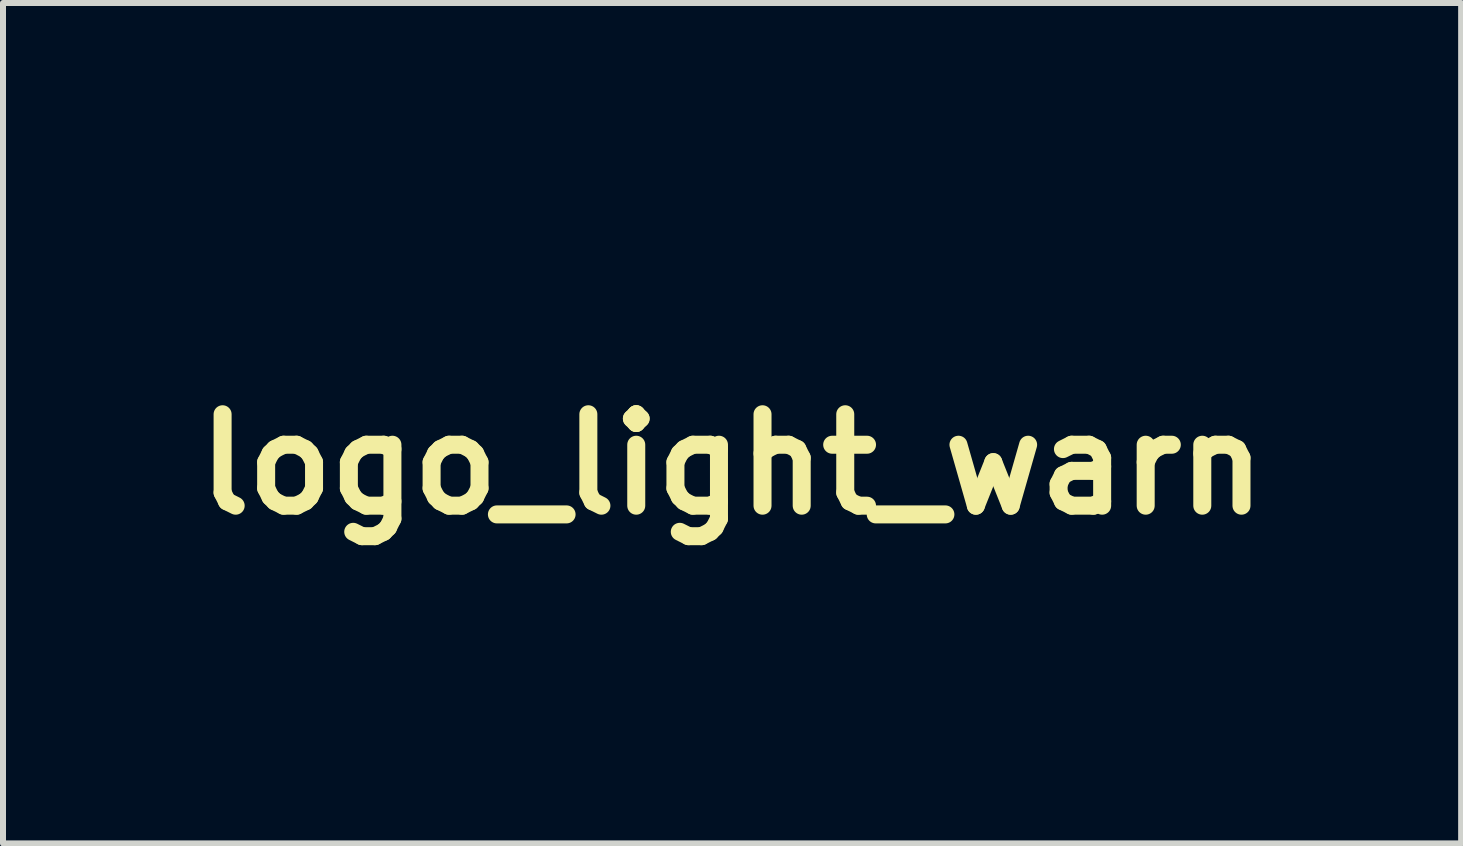
<source format=kicad_pcb>
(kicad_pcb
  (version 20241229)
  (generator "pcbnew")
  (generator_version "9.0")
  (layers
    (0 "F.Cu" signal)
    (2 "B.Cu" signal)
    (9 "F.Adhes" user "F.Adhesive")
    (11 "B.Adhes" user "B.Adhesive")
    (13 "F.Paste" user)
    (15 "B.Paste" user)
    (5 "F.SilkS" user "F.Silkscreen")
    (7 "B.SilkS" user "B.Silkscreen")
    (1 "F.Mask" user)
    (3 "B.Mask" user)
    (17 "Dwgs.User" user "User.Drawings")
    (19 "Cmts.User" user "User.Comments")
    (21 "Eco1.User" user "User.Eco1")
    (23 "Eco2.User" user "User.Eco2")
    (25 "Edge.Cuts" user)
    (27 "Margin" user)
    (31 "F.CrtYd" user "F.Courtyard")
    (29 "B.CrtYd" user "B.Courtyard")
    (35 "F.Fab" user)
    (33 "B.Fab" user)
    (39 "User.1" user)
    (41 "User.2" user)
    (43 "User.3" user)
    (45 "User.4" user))
  (footprint "logo_light_warn"
    (layer "F.Cu")
    (at 9.151 4.689)
    (property "Reference" "logo_light_warn" (at 0 0 0) (layer "F.SilkS") (effects (font (size 1.524 1.524) (thickness 0.3))))
    (attr through_hole)
    (fp_poly (pts (xy -0.086 0.273) (xy 0.013 0.301) (xy 0.109 0.35) (xy 0.142 0.375) (xy 0.179 0.409) (xy 0.215 0.447) (xy 0.245 0.483) (xy 0.263 0.511) (xy 0.267 0.523) (xy 0.272 0.541) (xy 0.284 0.572) (xy 0.294 0.594) (xy 0.315 0.657) (xy 0.326 0.728) (xy 0.327 0.795) (xy 0.32 0.838) (xy 0.285 0.937) (xy 0.244 1.015) (xy 0.194 1.08) (xy 0.174 1.099) (xy 0.122 1.145) (xy 0.076 1.177) (xy 0.029 1.198) (xy -0.026 1.209) (xy -0.096 1.215) (xy -0.133 1.216) (xy -0.219 1.216) (xy -0.281 1.211) (xy -0.321 1.201) (xy -0.411 1.156) (xy -0.49 1.093) (xy -0.555 1.016) (xy -0.602 0.929) (xy -0.629 0.837) (xy -0.631 0.815) (xy -0.63 0.708) (xy -0.609 0.605) (xy -0.568 0.511) (xy -0.511 0.429) (xy -0.44 0.364) (xy -0.396 0.337) (xy -0.287 0.292) (xy -0.185 0.27) (xy -0.086 0.273)) (stroke (width 0.01) (type solid)) (fill yes) (layer "F.Mask"))
    (fp_poly (pts (xy -0.138 -1.029) (xy -0.135 -1.01) (xy -0.125 -0.961) (xy -0.115 -0.911) (xy -0.114 -0.908) (xy -0.109 -0.878) (xy -0.102 -0.828) (xy -0.094 -0.765) (xy -0.086 -0.693) (xy -0.082 -0.654) (xy -0.074 -0.581) (xy -0.066 -0.514) (xy -0.059 -0.458) (xy -0.053 -0.419) (xy -0.05 -0.406) (xy -0.045 -0.377) (xy -0.037 -0.329) (xy -0.029 -0.268) (xy -0.021 -0.201) (xy -0.02 -0.191) (xy -0.011 -0.119) (xy -0.002 -0.048) (xy 0.007 0.013) (xy 0.014 0.058) (xy 0.014 0.06) (xy 0.028 0.139) (xy 0.088 0.073) (xy 0.14 0.015) (xy 0.202 -0.055) (xy 0.271 -0.134) (xy 0.341 -0.215) (xy 0.408 -0.293) (xy 0.467 -0.362) (xy 0.51 -0.413) (xy 0.553 -0.464) (xy 0.6 -0.519) (xy 0.649 -0.574) (xy 0.697 -0.628) (xy 0.74 -0.675) (xy 0.776 -0.713) (xy 0.802 -0.739) (xy 0.814 -0.749) (xy 0.815 -0.749) (xy 0.822 -0.748) (xy 0.824 -0.74) (xy 0.818 -0.723) (xy 0.805 -0.692) (xy 0.782 -0.642) (xy 0.776 -0.631) (xy 0.742 -0.56) (xy 0.707 -0.484) (xy 0.667 -0.399) (xy 0.622 -0.3) (xy 0.57 -0.185) (xy 0.521 -0.076) (xy 0.47 0.035) (xy 0.426 0.133) (xy 0.388 0.214) (xy 0.359 0.275) (xy 0.359 0.276) (xy 0.348 0.306) (xy 0.346 0.325) (xy 0.347 0.326) (xy 0.361 0.325) (xy 0.395 0.319) (xy 0.444 0.308) (xy 0.503 0.293) (xy 0.568 0.277) (xy 0.634 0.259) (xy 0.697 0.242) (xy 0.751 0.227) (xy 0.792 0.214) (xy 0.816 0.205) (xy 0.819 0.203) (xy 0.837 0.196) (xy 0.872 0.185) (xy 0.918 0.173) (xy 0.926 0.171) (xy 0.977 0.158) (xy 1.022 0.144) (xy 1.052 0.132) (xy 1.053 0.132) (xy 1.084 0.119) (xy 1.106 0.114) (xy 1.128 0.111) (xy 1.166 0.1) (xy 1.213 0.086) (xy 1.226 0.082) (xy 1.305 0.057) (xy 1.374 0.036) (xy 1.431 0.021) (xy 1.473 0.011) (xy 1.495 0.009) (xy 1.498 0.01) (xy 1.489 0.022) (xy 1.466 0.041) (xy 1.437 0.062) (xy 1.41 0.08) (xy 1.393 0.089) (xy 1.392 0.089) (xy 1.387 0.091) (xy 1.374 0.098) (xy 1.353 0.11) (xy 1.32 0.131) (xy 1.274 0.16) (xy 1.212 0.2) (xy 1.132 0.251) (xy 1.079 0.285) (xy 1.026 0.319) (xy 0.977 0.351) (xy 0.937 0.376) (xy 0.918 0.388) (xy 0.893 0.404) (xy 0.851 0.43) (xy 0.798 0.463) (xy 0.739 0.501) (xy 0.718 0.514) (xy 0.657 0.553) (xy 0.6 0.589) (xy 0.552 0.619) (xy 0.518 0.64) (xy 0.511 0.644) (xy 0.485 0.662) (xy 0.48 0.672) (xy 0.486 0.673) (xy 0.516 0.679) (xy 0.53 0.685) (xy 0.552 0.694) (xy 0.591 0.706) (xy 0.642 0.721) (xy 0.679 0.731) (xy 0.749 0.75) (xy 0.82 0.769) (xy 0.898 0.79) (xy 0.984 0.814) (xy 1.083 0.841) (xy 1.198 0.873) (xy 1.333 0.911) (xy 1.397 0.929) (xy 1.459 0.946) (xy 1.519 0.962) (xy 1.568 0.975) (xy 1.591 0.98) (xy 1.626 0.99) (xy 1.647 1) (xy 1.651 1.005) (xy 1.639 1.007) (xy 1.603 1.009) (xy 1.548 1.011) (xy 1.474 1.013) (xy 1.385 1.014) (xy 1.282 1.015) (xy 1.169 1.016) (xy 1.05 1.016) (xy 0.929 1.016) (xy 0.815 1.017) (xy 0.712 1.017) (xy 0.622 1.018) (xy 0.548 1.019) (xy 0.491 1.021) (xy 0.454 1.022) (xy 0.441 1.024) (xy 0.447 1.035) (xy 0.467 1.063) (xy 0.5 1.104) (xy 0.543 1.156) (xy 0.593 1.215) (xy 0.626 1.253) (xy 0.719 1.36) (xy 0.808 1.463) (xy 0.892 1.561) (xy 0.969 1.651) (xy 1.039 1.733) (xy 1.099 1.805) (xy 1.148 1.864) (xy 1.184 1.909) (xy 1.207 1.939) (xy 1.215 1.951) (xy 1.215 1.952) (xy 1.203 1.946) (xy 1.174 1.929) (xy 1.128 1.901) (xy 1.07 1.864) (xy 1.003 1.82) (xy 0.935 1.775) (xy 0.85 1.719) (xy 0.762 1.661) (xy 0.676 1.605) (xy 0.598 1.554) (xy 0.533 1.511) (xy 0.505 1.494) (xy 0.442 1.453) (xy 0.379 1.412) (xy 0.324 1.375) (xy 0.282 1.347) (xy 0.275 1.343) (xy 0.238 1.319) (xy 0.21 1.303) (xy 0.196 1.299) (xy 0.195 1.299) (xy 0.194 1.314) (xy 0.197 1.35) (xy 0.203 1.4) (xy 0.211 1.462) (xy 0.222 1.529) (xy 0.224 1.537) (xy 0.229 1.571) (xy 0.237 1.623) (xy 0.247 1.692) (xy 0.259 1.773) (xy 0.272 1.862) (xy 0.285 1.956) (xy 0.298 2.053) (xy 0.311 2.147) (xy 0.324 2.236) (xy 0.334 2.316) (xy 0.343 2.383) (xy 0.35 2.435) (xy 0.354 2.467) (xy 0.354 2.477) (xy 0.35 2.476) (xy 0.336 2.454) (xy 0.314 2.412) (xy 0.285 2.351) (xy 0.249 2.273) (xy 0.233 2.238) (xy 0.21 2.185) (xy 0.181 2.121) (xy 0.149 2.049) (xy 0.116 1.975) (xy 0.084 1.904) (xy 0.056 1.841) (xy 0.033 1.792) (xy 0.019 1.76) (xy 0.019 1.759) (xy 0.007 1.733) (xy -0.013 1.689) (xy -0.037 1.635) (xy -0.064 1.575) (xy -0.064 1.575) (xy -0.089 1.518) (xy -0.112 1.47) (xy -0.129 1.435) (xy -0.139 1.419) (xy -0.139 1.418) (xy -0.146 1.421) (xy -0.159 1.438) (xy -0.178 1.472) (xy -0.204 1.523) (xy -0.238 1.592) (xy -0.28 1.681) (xy -0.331 1.791) (xy -0.391 1.923) (xy -0.402 1.948) (xy -0.437 2.025) (xy -0.469 2.095) (xy -0.496 2.154) (xy -0.517 2.2) (xy -0.53 2.227) (xy -0.533 2.233) (xy -0.543 2.254) (xy -0.56 2.291) (xy -0.582 2.339) (xy -0.596 2.368) (xy -0.623 2.425) (xy -0.645 2.466) (xy -0.662 2.488) (xy -0.671 2.49) (xy -0.673 2.481) (xy -0.671 2.463) (xy -0.666 2.429) (xy -0.66 2.394) (xy -0.655 2.358) (xy -0.646 2.302) (xy -0.636 2.232) (xy -0.624 2.151) (xy -0.612 2.066) (xy -0.609 2.045) (xy -0.596 1.954) (xy -0.583 1.862) (xy -0.571 1.775) (xy -0.56 1.7) (xy -0.551 1.643) (xy -0.551 1.638) (xy -0.541 1.572) (xy -0.531 1.505) (xy -0.522 1.447) (xy -0.519 1.424) (xy -0.511 1.365) (xy -0.509 1.329) (xy -0.517 1.314) (xy -0.537 1.317) (xy -0.571 1.336) (xy -0.597 1.353) (xy -0.636 1.378) (xy -0.69 1.414) (xy -0.755 1.456) (xy -0.824 1.501) (xy -0.87 1.532) (xy -0.933 1.573) (xy -0.99 1.61) (xy -1.038 1.64) (xy -1.071 1.662) (xy -1.086 1.67) (xy -1.118 1.689) (xy -1.157 1.714) (xy -1.198 1.741) (xy -1.234 1.766) (xy -1.259 1.786) (xy -1.268 1.794) (xy -1.282 1.803) (xy -1.284 1.803) (xy -1.299 1.81) (xy -1.33 1.829) (xy -1.37 1.855) (xy -1.394 1.871) (xy -1.439 1.902) (xy -1.477 1.928) (xy -1.502 1.944) (xy -1.508 1.948) (xy -1.523 1.952) (xy -1.522 1.941) (xy -1.506 1.916) (xy -1.477 1.88) (xy -1.475 1.878) (xy -1.45 1.85) (xy -1.413 1.808) (xy -1.368 1.756) (xy -1.316 1.697) (xy -1.262 1.634) (xy -1.207 1.571) (xy -1.154 1.51) (xy -1.107 1.456) (xy -1.069 1.411) (xy -1.041 1.379) (xy -1.028 1.364) (xy -1.013 1.346) (xy -0.985 1.313) (xy -0.947 1.269) (xy -0.903 1.218) (xy -0.879 1.19) (xy -0.834 1.138) (xy -0.797 1.092) (xy -0.768 1.056) (xy -0.752 1.033) (xy -0.749 1.028) (xy -0.762 1.025) (xy -0.798 1.023) (xy -0.856 1.021) (xy -0.935 1.019) (xy -1.033 1.017) (xy -1.148 1.017) (xy -1.279 1.016) (xy -1.34 1.016) (xy -1.492 1.016) (xy -1.619 1.015) (xy -1.723 1.014) (xy -1.805 1.012) (xy -1.866 1.009) (xy -1.905 1.006) (xy -1.926 1.002) (xy -1.928 0.997) (xy -1.913 0.991) (xy -1.883 0.985) (xy -1.843 0.975) (xy -1.793 0.961) (xy -1.765 0.953) (xy -1.732 0.942) (xy -1.679 0.926) (xy -1.611 0.907) (xy -1.533 0.885) (xy -1.451 0.862) (xy -1.435 0.858) (xy -1.307 0.822) (xy -1.197 0.791) (xy -1.172 0.784) (xy -0.721 0.784) (xy -0.705 0.894) (xy -0.668 0.999) (xy -0.662 1.013) (xy -0.604 1.099) (xy -0.527 1.175) (xy -0.435 1.238) (xy -0.332 1.284) (xy -0.241 1.308) (xy -0.196 1.315) (xy -0.161 1.318) (xy -0.126 1.316) (xy -0.084 1.308) (xy -0.027 1.295) (xy -0.025 1.295) (xy 0.09 1.255) (xy 0.192 1.195) (xy 0.277 1.114) (xy 0.346 1.015) (xy 0.358 0.993) (xy 0.378 0.951) (xy 0.391 0.914) (xy 0.398 0.874) (xy 0.403 0.822) (xy 0.404 0.785) (xy 0.405 0.695) (xy 0.397 0.622) (xy 0.379 0.558) (xy 0.349 0.497) (xy 0.335 0.474) (xy 0.274 0.387) (xy 0.211 0.322) (xy 0.14 0.272) (xy 0.055 0.234) (xy 0.005 0.217) (xy -0.113 0.195) (xy -0.228 0.197) (xy -0.34 0.224) (xy -0.446 0.274) (xy -0.544 0.348) (xy -0.58 0.383) (xy -0.644 0.468) (xy -0.69 0.567) (xy -0.716 0.673) (xy -0.721 0.784) (xy -1.172 0.784) (xy -1.1 0.763) (xy -1.008 0.736) (xy -0.915 0.709) (xy -0.874 0.696) (xy -0.789 0.67) (xy -0.861 0.623) (xy -0.906 0.593) (xy -0.963 0.555) (xy -1.029 0.513) (xy -1.099 0.467) (xy -1.169 0.422) (xy -1.235 0.378) (xy -1.294 0.34) (xy -1.341 0.31) (xy -1.373 0.29) (xy -1.38 0.285) (xy -1.435 0.251) (xy -1.497 0.212) (xy -1.561 0.17) (xy -1.624 0.129) (xy -1.683 0.091) (xy -1.733 0.058) (xy -1.77 0.033) (xy -1.793 0.017) (xy -1.797 0.013) (xy -1.789 0.011) (xy -1.764 0.014) (xy -1.727 0.021) (xy -1.685 0.031) (xy -1.645 0.043) (xy -1.616 0.052) (xy -1.587 0.063) (xy -1.538 0.078) (xy -1.474 0.098) (xy -1.399 0.12) (xy -1.32 0.143) (xy -1.24 0.166) (xy -1.238 0.166) (xy -1.19 0.18) (xy -1.15 0.193) (xy -1.124 0.203) (xy -1.124 0.203) (xy -1.099 0.212) (xy -1.059 0.225) (xy -1.011 0.239) (xy -1.01 0.239) (xy -0.959 0.254) (xy -0.893 0.272) (xy -0.824 0.292) (xy -0.783 0.304) (xy -0.728 0.32) (xy -0.682 0.332) (xy -0.651 0.339) (xy -0.64 0.339) (xy -0.644 0.327) (xy -0.657 0.295) (xy -0.679 0.245) (xy -0.707 0.18) (xy -0.742 0.104) (xy -0.781 0.018) (xy -0.823 -0.073) (xy -0.867 -0.168) (xy -0.911 -0.264) (xy -0.945 -0.337) (xy -0.985 -0.421) (xy -1.016 -0.486) (xy -1.038 -0.533) (xy -1.053 -0.565) (xy -1.061 -0.586) (xy -1.066 -0.597) (xy -1.067 -0.602) (xy -1.072 -0.616) (xy -1.085 -0.647) (xy -1.103 -0.685) (xy -1.121 -0.724) (xy -1.132 -0.754) (xy -1.134 -0.767) (xy -1.124 -0.76) (xy -1.102 -0.738) (xy -1.071 -0.705) (xy -1.057 -0.688) (xy -1.022 -0.647) (xy -0.971 -0.589) (xy -0.907 -0.515) (xy -0.83 -0.426) (xy -0.742 -0.326) (xy -0.645 -0.215) (xy -0.54 -0.095) (xy -0.534 -0.089) (xy -0.49 -0.039) (xy -0.444 0.012) (xy -0.404 0.056) (xy -0.392 0.069) (xy -0.333 0.132) (xy -0.319 0.082) (xy -0.313 0.052) (xy -0.304 0.002) (xy -0.294 -0.061) (xy -0.283 -0.131) (xy -0.279 -0.159) (xy -0.258 -0.309) (xy -0.238 -0.45) (xy -0.219 -0.581) (xy -0.202 -0.698) (xy -0.187 -0.799) (xy -0.174 -0.882) (xy -0.164 -0.943) (xy -0.16 -0.965) (xy -0.152 -1.013) (xy -0.146 -1.037) (xy -0.142 -1.042) (xy -0.138 -1.029)) (stroke (width 0.01) (type solid)) (fill yes) (layer "F.Mask"))
    (fp_poly (pts (xy 0.023 -4.683) (xy 0.068 -4.67) (xy 0.111 -4.649) (xy 0.162 -4.62) (xy 0.204 -4.588) (xy 0.24 -4.547) (xy 0.278 -4.492) (xy 0.305 -4.445) (xy 0.337 -4.388) (xy 0.372 -4.328) (xy 0.402 -4.277) (xy 0.404 -4.274) (xy 0.425 -4.237) (xy 0.456 -4.183) (xy 0.493 -4.118) (xy 0.534 -4.046) (xy 0.575 -3.973) (xy 0.614 -3.905) (xy 0.647 -3.846) (xy 0.669 -3.807) (xy 0.686 -3.778) (xy 0.698 -3.761) (xy 0.699 -3.759) (xy 0.709 -3.745) (xy 0.726 -3.716) (xy 0.745 -3.683) (xy 0.769 -3.641) (xy 0.801 -3.586) (xy 0.835 -3.527) (xy 0.851 -3.499) (xy 0.883 -3.445) (xy 0.913 -3.393) (xy 0.937 -3.35) (xy 0.946 -3.334) (xy 0.966 -3.299) (xy 0.993 -3.251) (xy 1.024 -3.198) (xy 1.034 -3.181) (xy 1.062 -3.133) (xy 1.087 -3.091) (xy 1.104 -3.062) (xy 1.108 -3.054) (xy 1.12 -3.033) (xy 1.142 -2.995) (xy 1.169 -2.948) (xy 1.187 -2.917) (xy 1.217 -2.864) (xy 1.247 -2.813) (xy 1.27 -2.773) (xy 1.278 -2.758) (xy 1.291 -2.736) (xy 1.315 -2.694) (xy 1.348 -2.637) (xy 1.388 -2.567) (xy 1.434 -2.489) (xy 1.482 -2.405) (xy 1.493 -2.388) (xy 1.541 -2.303) (xy 1.587 -2.225) (xy 1.627 -2.155) (xy 1.661 -2.097) (xy 1.686 -2.054) (xy 1.7 -2.028) (xy 1.701 -2.026) (xy 1.719 -1.994) (xy 1.744 -1.951) (xy 1.766 -1.914) (xy 1.795 -1.865) (xy 1.824 -1.815) (xy 1.841 -1.784) (xy 1.873 -1.729) (xy 1.91 -1.662) (xy 1.952 -1.589) (xy 1.997 -1.511) (xy 2.041 -1.432) (xy 2.085 -1.357) (xy 2.125 -1.288) (xy 2.16 -1.228) (xy 2.187 -1.182) (xy 2.205 -1.152) (xy 2.21 -1.143) (xy 2.227 -1.115) (xy 2.251 -1.074) (xy 2.273 -1.035) (xy 2.301 -0.985) (xy 2.332 -0.935) (xy 2.351 -0.904) (xy 2.372 -0.871) (xy 2.385 -0.847) (xy 2.388 -0.84) (xy 2.394 -0.824) (xy 2.41 -0.795) (xy 2.424 -0.774) (xy 2.441 -0.746) (xy 2.468 -0.701) (xy 2.502 -0.642) (xy 2.543 -0.572) (xy 2.586 -0.496) (xy 2.609 -0.457) (xy 2.701 -0.296) (xy 2.781 -0.156) (xy 2.85 -0.036) (xy 2.907 0.065) (xy 2.955 0.148) (xy 2.994 0.214) (xy 3.023 0.264) (xy 3.044 0.299) (xy 3.057 0.321) (xy 3.059 0.324) (xy 3.076 0.352) (xy 3.101 0.395) (xy 3.13 0.446) (xy 3.144 0.47) (xy 3.184 0.543) (xy 3.215 0.599) (xy 3.24 0.643) (xy 3.261 0.681) (xy 3.282 0.716) (xy 3.305 0.755) (xy 3.328 0.794) (xy 3.355 0.84) (xy 3.391 0.902) (xy 3.433 0.975) (xy 3.48 1.055) (xy 3.527 1.137) (xy 3.574 1.218) (xy 3.617 1.293) (xy 3.655 1.359) (xy 3.684 1.41) (xy 3.702 1.441) (xy 3.712 1.46) (xy 3.724 1.48) (xy 3.737 1.504) (xy 3.755 1.535) (xy 3.78 1.577) (xy 3.812 1.633) (xy 3.855 1.705) (xy 3.883 1.753) (xy 3.918 1.813) (xy 3.96 1.885) (xy 4 1.954) (xy 4.016 1.981) (xy 4.109 2.144) (xy 4.19 2.285) (xy 4.259 2.405) (xy 4.316 2.503) (xy 4.355 2.569) (xy 4.421 2.683) (xy 4.475 2.777) (xy 4.518 2.854) (xy 4.55 2.917) (xy 4.573 2.967) (xy 4.588 3.008) (xy 4.595 3.041) (xy 4.596 3.07) (xy 4.59 3.097) (xy 4.58 3.123) (xy 4.571 3.143) (xy 4.53 3.206) (xy 4.48 3.253) (xy 4.426 3.281) (xy 4.413 3.284) (xy 4.382 3.292) (xy 4.363 3.302) (xy 4.362 3.303) (xy 4.348 3.304) (xy 4.311 3.305) (xy 4.249 3.306) (xy 4.164 3.307) (xy 4.057 3.308) (xy 3.928 3.308) (xy 3.779 3.309) (xy 3.609 3.31) (xy 3.421 3.31) (xy 3.213 3.311) (xy 2.988 3.311) (xy 2.746 3.312) (xy 2.488 3.312) (xy 2.214 3.312) (xy 1.926 3.313) (xy 1.623 3.313) (xy 1.308 3.313) (xy 0.98 3.313) (xy 0.64 3.313) (xy 0.29 3.313) (xy -0.01 3.313) (xy -4.375 3.311) (xy -4.43 3.283) (xy -4.487 3.242) (xy -4.525 3.194) (xy -4.546 3.159) (xy -4.559 3.128) (xy -4.564 3.093) (xy -4.566 3.043) (xy -4.566 3.034) (xy -4.564 2.977) (xy -4.558 2.939) (xy -4.547 2.915) (xy -4.545 2.913) (xy -4.532 2.895) (xy -4.509 2.859) (xy -4.479 2.81) (xy -4.443 2.751) (xy -4.404 2.687) (xy -4.392 2.667) (xy -3.656 2.667) (xy 3.672 2.667) (xy 3.612 2.556) (xy 3.584 2.504) (xy 3.557 2.458) (xy 3.537 2.424) (xy 3.53 2.413) (xy 3.517 2.393) (xy 3.495 2.355) (xy 3.463 2.302) (xy 3.426 2.236) (xy 3.383 2.163) (xy 3.352 2.108) (xy 3.287 1.994) (xy 3.233 1.898) (xy 3.187 1.819) (xy 3.149 1.754) (xy 3.118 1.699) (xy 3.09 1.651) (xy 3.086 1.645) (xy 3.071 1.618) (xy 3.046 1.576) (xy 3.016 1.524) (xy 2.99 1.48) (xy 2.952 1.413) (xy 2.909 1.339) (xy 2.868 1.269) (xy 2.85 1.238) (xy 2.813 1.174) (xy 2.771 1.102) (xy 2.732 1.035) (xy 2.721 1.016) (xy 2.687 0.957) (xy 2.65 0.894) (xy 2.618 0.84) (xy 2.61 0.826) (xy 2.582 0.777) (xy 2.555 0.731) (xy 2.535 0.696) (xy 2.515 0.661) (xy 2.484 0.607) (xy 2.445 0.539) (xy 2.399 0.46) (xy 2.349 0.374) (xy 2.297 0.284) (xy 2.244 0.194) (xy 2.194 0.108) (xy 2.148 0.029) (xy 2.128 -0.006) (xy 2.084 -0.081) (xy 2.033 -0.17) (xy 1.976 -0.267) (xy 1.919 -0.365) (xy 1.866 -0.458) (xy 1.855 -0.476) (xy 1.806 -0.561) (xy 1.756 -0.648) (xy 1.707 -0.731) (xy 1.664 -0.805) (xy 1.629 -0.865) (xy 1.619 -0.883) (xy 1.584 -0.942) (xy 1.55 -0.999) (xy 1.522 -1.047) (xy 1.504 -1.079) (xy 1.482 -1.118) (xy 1.452 -1.169) (xy 1.421 -1.222) (xy 1.415 -1.232) (xy 1.385 -1.284) (xy 1.347 -1.348) (xy 1.307 -1.416) (xy 1.282 -1.46) (xy 1.246 -1.522) (xy 1.21 -1.584) (xy 1.179 -1.638) (xy 1.16 -1.67) (xy 1.132 -1.718) (xy 1.104 -1.767) (xy 1.086 -1.798) (xy 1.066 -1.834) (xy 1.037 -1.882) (xy 1.007 -1.933) (xy 1 -1.944) (xy 0.973 -1.99) (xy 0.937 -2.051) (xy 0.897 -2.12) (xy 0.856 -2.19) (xy 0.845 -2.21) (xy 0.813 -2.266) (xy 0.783 -2.317) (xy 0.755 -2.365) (xy 0.727 -2.414) (xy 0.697 -2.464) (xy 0.666 -2.519) (xy 0.63 -2.58) (xy 0.589 -2.649) (xy 0.542 -2.729) (xy 0.488 -2.822) (xy 0.424 -2.93) (xy 0.351 -3.056) (xy 0.266 -3.2) (xy 0.254 -3.219) (xy 0.19 -3.329) (xy 0.137 -3.418) (xy 0.095 -3.489) (xy 0.062 -3.544) (xy 0.038 -3.585) (xy 0.02 -3.612) (xy 0.009 -3.629) (xy 0.002 -3.637) (xy 0.001 -3.638) (xy -0.009 -3.63) (xy -0.029 -3.604) (xy -0.056 -3.564) (xy -0.086 -3.514) (xy -0.09 -3.508) (xy -0.128 -3.442) (xy -0.17 -3.37) (xy -0.209 -3.303) (xy -0.233 -3.264) (xy -0.264 -3.211) (xy -0.294 -3.161) (xy -0.318 -3.121) (xy -0.326 -3.109) (xy -0.344 -3.078) (xy -0.354 -3.058) (xy -0.356 -3.054) (xy -0.362 -3.041) (xy -0.378 -3.011) (xy -0.402 -2.969) (xy -0.421 -2.936) (xy -0.456 -2.877) (xy -0.492 -2.815) (xy -0.524 -2.76) (xy -0.534 -2.743) (xy -0.556 -2.704) (xy -0.589 -2.648) (xy -0.627 -2.582) (xy -0.668 -2.512) (xy -0.693 -2.47) (xy -0.743 -2.384) (xy -0.799 -2.288) (xy -0.857 -2.187) (xy -0.914 -2.088) (xy -0.967 -1.995) (xy -1.012 -1.914) (xy -1.038 -1.867) (xy -1.062 -1.826) (xy -1.085 -1.788) (xy -1.093 -1.777) (xy -1.114 -1.745) (xy -1.127 -1.719) (xy -1.138 -1.696) (xy -1.159 -1.66) (xy -1.181 -1.621) (xy -1.209 -1.574) (xy -1.236 -1.529) (xy -1.252 -1.501) (xy -1.266 -1.476) (xy -1.291 -1.433) (xy -1.324 -1.377) (xy -1.363 -1.31) (xy -1.405 -1.237) (xy -1.422 -1.206) (xy -1.466 -1.131) (xy -1.507 -1.06) (xy -1.544 -0.996) (xy -1.573 -0.945) (xy -1.593 -0.91) (xy -1.597 -0.902) (xy -1.617 -0.866) (xy -1.633 -0.84) (xy -1.638 -0.832) (xy -1.65 -0.814) (xy -1.668 -0.782) (xy -1.68 -0.762) (xy -1.7 -0.726) (xy -1.728 -0.676) (xy -1.76 -0.62) (xy -1.778 -0.591) (xy -1.81 -0.536) (xy -1.849 -0.468) (xy -1.893 -0.393) (xy -1.934 -0.32) (xy -1.943 -0.305) (xy -2.009 -0.19) (xy -2.073 -0.079) (xy -2.133 0.025) (xy -2.186 0.117) (xy -2.229 0.191) (xy -2.255 0.235) (xy -2.289 0.294) (xy -2.329 0.363) (xy -2.371 0.437) (xy -2.415 0.512) (xy -2.456 0.585) (xy -2.493 0.65) (xy -2.523 0.703) (xy -2.544 0.74) (xy -2.549 0.749) (xy -2.572 0.79) (xy -2.595 0.826) (xy -2.603 0.838) (xy -2.625 0.874) (xy -2.644 0.908) (xy -2.656 0.93) (xy -2.679 0.971) (xy -2.711 1.027) (xy -2.75 1.095) (xy -2.794 1.171) (xy -2.84 1.252) (xy -2.888 1.334) (xy -2.935 1.415) (xy -2.979 1.49) (xy -3.01 1.543) (xy -3.042 1.597) (xy -3.072 1.649) (xy -3.096 1.692) (xy -3.106 1.708) (xy -3.127 1.745) (xy -3.154 1.794) (xy -3.183 1.844) (xy -3.183 1.845) (xy -3.209 1.89) (xy -3.244 1.95) (xy -3.281 2.016) (xy -3.314 2.073) (xy -3.347 2.131) (xy -3.389 2.205) (xy -3.436 2.287) (xy -3.485 2.371) (xy -3.525 2.442) (xy -3.656 2.667) (xy -4.392 2.667) (xy -4.366 2.622) (xy -4.329 2.56) (xy -4.298 2.505) (xy -4.286 2.483) (xy -4.261 2.44) (xy -4.227 2.38) (xy -4.186 2.308) (xy -4.141 2.229) (xy -4.094 2.15) (xy -4.051 2.076) (xy -3.992 1.975) (xy -3.935 1.876) (xy -3.881 1.785) (xy -3.835 1.706) (xy -3.8 1.645) (xy -3.779 1.608) (xy -3.76 1.575) (xy -3.74 1.541) (xy -3.717 1.501) (xy -3.688 1.449) (xy -3.65 1.383) (xy -3.631 1.35) (xy -3.593 1.283) (xy -3.55 1.209) (xy -3.51 1.139) (xy -3.493 1.111) (xy -3.461 1.056) (xy -3.43 1.002) (xy -3.404 0.958) (xy -3.394 0.94) (xy -3.368 0.895) (xy -3.338 0.844) (xy -3.324 0.82) (xy -3.303 0.786) (xy -3.274 0.735) (xy -3.239 0.674) (xy -3.202 0.609) (xy -3.188 0.584) (xy -3.149 0.517) (xy -3.111 0.449) (xy -3.076 0.389) (xy -3.048 0.342) (xy -3.042 0.33) (xy -3.015 0.284) (xy -2.99 0.241) (xy -2.973 0.21) (xy -2.973 0.21) (xy -2.956 0.18) (xy -2.931 0.137) (xy -2.903 0.091) (xy -2.902 0.089) (xy -2.874 0.043) (xy -2.85 0.001) (xy -2.833 -0.028) (xy -2.832 -0.029) (xy -2.814 -0.063) (xy -2.784 -0.114) (xy -2.747 -0.179) (xy -2.705 -0.252) (xy -2.66 -0.331) (xy -2.614 -0.41) (xy -2.57 -0.486) (xy -2.53 -0.554) (xy -2.507 -0.592) (xy -2.473 -0.65) (xy -2.444 -0.702) (xy -2.421 -0.744) (xy -2.409 -0.769) (xy -2.407 -0.773) (xy -2.396 -0.795) (xy -2.387 -0.8) (xy -2.375 -0.809) (xy -2.375 -0.811) (xy -2.369 -0.826) (xy -2.352 -0.857) (xy -2.329 -0.9) (xy -2.312 -0.928) (xy -2.277 -0.989) (xy -2.236 -1.06) (xy -2.196 -1.129) (xy -2.182 -1.154) (xy -2.152 -1.207) (xy -2.125 -1.255) (xy -2.104 -1.292) (xy -2.095 -1.307) (xy -2.081 -1.33) (xy -2.058 -1.371) (xy -2.029 -1.422) (xy -1.996 -1.478) (xy -1.996 -1.48) (xy -1.961 -1.54) (xy -1.926 -1.599) (xy -1.897 -1.65) (xy -1.877 -1.683) (xy -1.859 -1.711) (xy -1.844 -1.738) (xy -1.827 -1.766) (xy -1.807 -1.801) (xy -1.781 -1.847) (xy -1.747 -1.907) (xy -1.712 -1.968) (xy -1.672 -2.037) (xy -1.627 -2.117) (xy -1.582 -2.195) (xy -1.555 -2.242) (xy -1.517 -2.307) (xy -1.477 -2.377) (xy -1.44 -2.442) (xy -1.416 -2.483) (xy -1.384 -2.539) (xy -1.344 -2.606) (xy -1.304 -2.674) (xy -1.282 -2.711) (xy -1.242 -2.779) (xy -1.199 -2.854) (xy -1.158 -2.925) (xy -1.14 -2.957) (xy -1.109 -3.012) (xy -1.079 -3.064) (xy -1.055 -3.105) (xy -1.045 -3.122) (xy -1.02 -3.165) (xy -0.996 -3.208) (xy -0.994 -3.213) (xy -0.972 -3.253) (xy -0.945 -3.297) (xy -0.938 -3.308) (xy -0.914 -3.347) (xy -0.885 -3.397) (xy -0.864 -3.435) (xy -0.839 -3.48) (xy -0.815 -3.519) (xy -0.8 -3.543) (xy -0.788 -3.563) (xy -0.766 -3.601) (xy -0.736 -3.652) (xy -0.7 -3.714) (xy -0.662 -3.78) (xy -0.623 -3.848) (xy -0.586 -3.913) (xy -0.553 -3.972) (xy -0.541 -3.994) (xy -0.521 -4.03) (xy -0.496 -4.072) (xy -0.489 -4.083) (xy -0.464 -4.126) (xy -0.44 -4.169) (xy -0.435 -4.178) (xy -0.416 -4.214) (xy -0.389 -4.259) (xy -0.368 -4.293) (xy -0.338 -4.341) (xy -0.309 -4.391) (xy -0.293 -4.42) (xy -0.244 -4.503) (xy -0.191 -4.574) (xy -0.135 -4.629) (xy -0.082 -4.665) (xy -0.065 -4.672) (xy -0.018 -4.684) (xy 0.023 -4.683)) (stroke (width 0.01) (type solid)) (fill yes) (layer "F.Mask")))
  (gr_rect
    (start -3 -3)
    (end 21.303 11.007)
    (stroke (width 0.1) (type default))
    (fill no)
    (layer "Edge.Cuts")))
</source>
